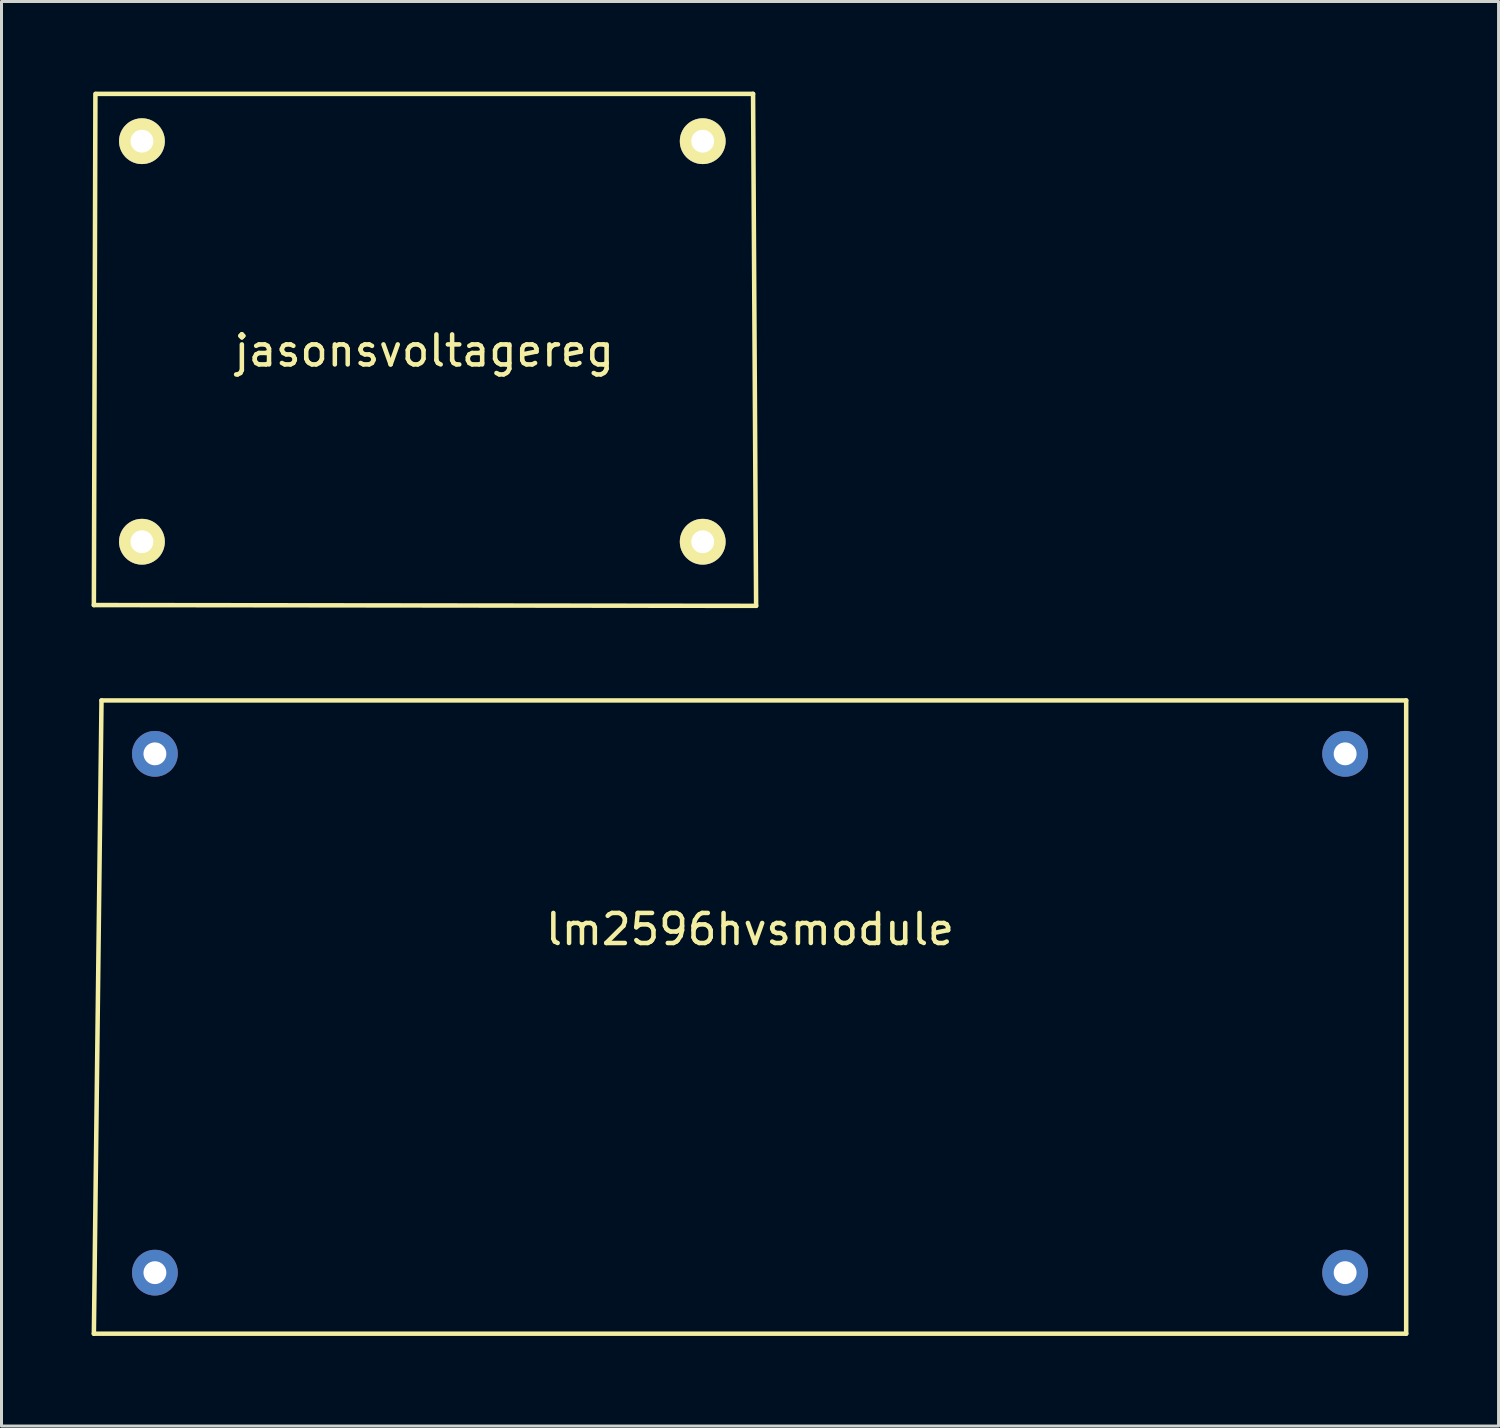
<source format=kicad_pcb>
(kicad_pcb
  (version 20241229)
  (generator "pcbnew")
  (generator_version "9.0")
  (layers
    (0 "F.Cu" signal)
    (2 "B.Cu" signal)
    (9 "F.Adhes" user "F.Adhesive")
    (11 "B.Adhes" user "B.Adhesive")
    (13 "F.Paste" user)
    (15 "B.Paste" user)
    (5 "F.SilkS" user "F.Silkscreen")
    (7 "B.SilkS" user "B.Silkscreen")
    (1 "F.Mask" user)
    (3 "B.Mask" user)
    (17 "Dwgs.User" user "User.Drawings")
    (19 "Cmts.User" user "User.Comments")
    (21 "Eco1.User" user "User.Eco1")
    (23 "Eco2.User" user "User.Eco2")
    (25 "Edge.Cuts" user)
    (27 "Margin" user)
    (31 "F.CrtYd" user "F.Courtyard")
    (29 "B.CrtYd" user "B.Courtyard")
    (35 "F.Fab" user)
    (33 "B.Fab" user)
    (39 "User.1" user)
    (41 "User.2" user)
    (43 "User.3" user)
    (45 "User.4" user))
  (footprint "jasonsvoltagereg"
    (layer "F.Cu")
    (at 11.073 8.127)
    (property "Reference" "jasonsvoltagereg" (at 0 0.5 0) (layer "F.SilkS") (effects (font (size 1 1) (thickness 0.15))))
    (attr through_hole)
    (fp_line (start -10.998 8.966) (end 11.049 8.992) (stroke (width 0.15) (type solid)) (layer "F.SilkS"))
    (fp_line (start -10.947 -8.052) (end -10.998 8.966) (stroke (width 0.15) (type solid)) (layer "F.SilkS"))
    (fp_line (start 10.947 -8.052) (end -10.922 -8.052) (stroke (width 0.15) (type solid)) (layer "F.SilkS"))
    (fp_line (start 11.049 8.992) (end 10.947 -8.052) (stroke (width 0.15) (type solid)) (layer "F.SilkS"))
    (pad "1" thru_hole circle (at -9.398 -6.477) (size 1.524 1.524) (drill 0.762) (layers "*.Cu" "*.Mask" "F.SilkS"))
    (pad "2" thru_hole circle (at -9.398 6.858) (size 1.524 1.524) (drill 0.762) (layers "*.Cu" "*.Mask" "F.SilkS"))
    (pad "3" thru_hole circle (at 9.271 6.858) (size 1.524 1.524) (drill 0.762) (layers "*.Cu" "*.Mask" "F.SilkS"))
    (pad "4" thru_hole circle (at 9.271 -6.477) (size 1.524 1.524) (drill 0.762) (layers "*.Cu" "*.Mask" "F.SilkS")))
  (footprint "lm2596hvsmodule"
    (layer "F.Cu")
    (at 21.665 30.682)
    (property "Reference" "lm2596hvsmodule" (at 0.254 -2.794 0) (layer "F.SilkS") (effects (font (size 1 1) (thickness 0.15))))
    (attr through_hole)
    (fp_line (start -21.59 10.668) (end -21.336 -10.414) (stroke (width 0.15) (type solid)) (layer "F.SilkS"))
    (fp_line (start -21.336 -10.414) (end 22.098 -10.414) (stroke (width 0.15) (type solid)) (layer "F.SilkS"))
    (fp_line (start 22.098 -10.414) (end 22.098 10.668) (stroke (width 0.15) (type solid)) (layer "F.SilkS"))
    (fp_line (start 22.098 10.668) (end -21.59 10.668) (stroke (width 0.15) (type solid)) (layer "F.SilkS"))
    (pad "1" thru_hole circle (at -19.558 -8.636) (size 1.524 1.524) (drill 0.762) (layers "*.Cu" "*.Mask"))
    (pad "2" thru_hole circle (at -19.558 8.636) (size 1.524 1.524) (drill 0.762) (layers "*.Cu" "*.Mask"))
    (pad "3" thru_hole circle (at 20.066 8.636) (size 1.524 1.524) (drill 0.762) (layers "*.Cu" "*.Mask"))
    (pad "4" thru_hole circle (at 20.066 -8.636) (size 1.524 1.524) (drill 0.762) (layers "*.Cu" "*.Mask")))
  (gr_rect
    (start -3 -3)
    (end 46.838 44.425)
    (stroke (width 0.1) (type default))
    (fill no)
    (layer "Edge.Cuts")))
</source>
